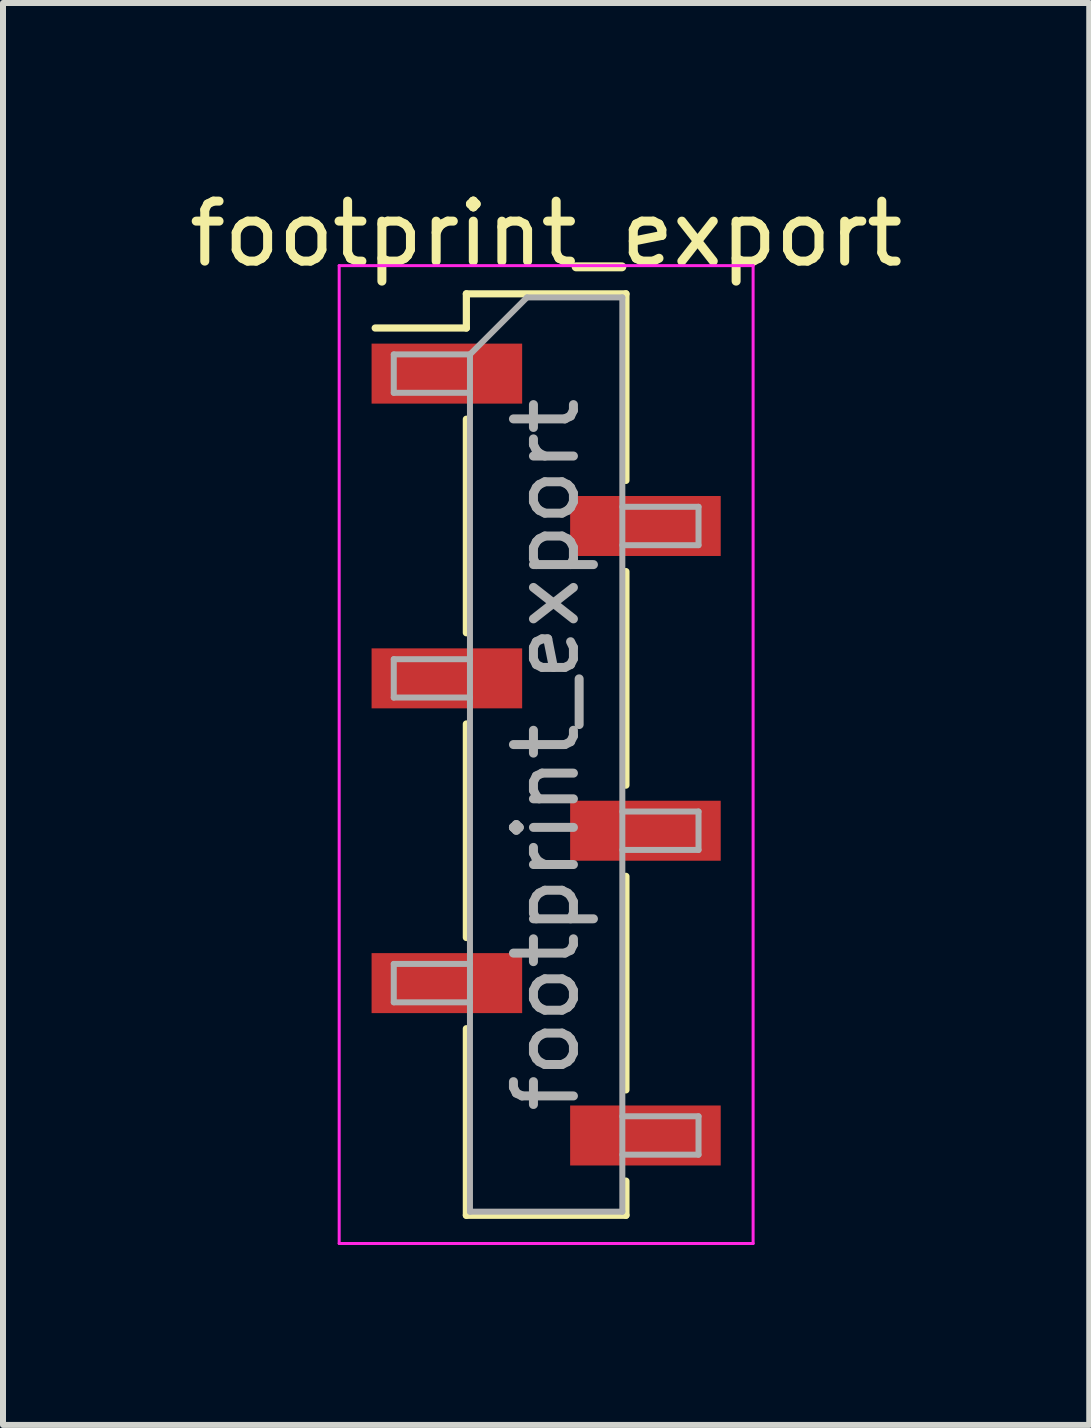
<source format=kicad_pcb>
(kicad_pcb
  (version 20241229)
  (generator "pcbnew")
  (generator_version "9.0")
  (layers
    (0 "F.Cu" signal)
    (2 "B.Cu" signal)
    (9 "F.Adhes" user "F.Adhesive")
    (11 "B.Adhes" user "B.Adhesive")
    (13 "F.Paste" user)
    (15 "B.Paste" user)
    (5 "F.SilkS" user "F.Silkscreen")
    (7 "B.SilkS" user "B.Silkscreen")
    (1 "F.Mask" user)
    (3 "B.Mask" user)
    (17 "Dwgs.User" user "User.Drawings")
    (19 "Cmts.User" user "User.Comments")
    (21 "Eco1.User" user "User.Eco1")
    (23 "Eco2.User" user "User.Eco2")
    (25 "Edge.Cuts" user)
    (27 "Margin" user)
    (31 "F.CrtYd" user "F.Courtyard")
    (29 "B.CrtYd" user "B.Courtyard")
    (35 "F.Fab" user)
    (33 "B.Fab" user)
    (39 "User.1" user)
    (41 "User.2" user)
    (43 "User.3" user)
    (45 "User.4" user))
  (footprint "footprint_export"
    (layer "F.Cu")
    (at 6.054 9.528)
    (property "Reference" "footprint_export" (at 0 -8.68 0) (layer "F.SilkS") (effects (font (size 1 1) (thickness 0.15))))
    (attr smd)
    (fp_line (start -1.33 -7.68) (end -1.33 -7.11) (stroke (width 0.12) (type solid)) (layer "F.SilkS"))
    (fp_line (start -1.33 -7.68) (end 1.33 -7.68) (stroke (width 0.12) (type solid)) (layer "F.SilkS"))
    (fp_line (start -1.33 -7.11) (end -2.85 -7.11) (stroke (width 0.12) (type solid)) (layer "F.SilkS"))
    (fp_line (start -1.33 -5.59) (end -1.33 -2.03) (stroke (width 0.12) (type solid)) (layer "F.SilkS"))
    (fp_line (start -1.33 -0.51) (end -1.33 3.05) (stroke (width 0.12) (type solid)) (layer "F.SilkS"))
    (fp_line (start -1.33 4.57) (end -1.33 7.68) (stroke (width 0.12) (type solid)) (layer "F.SilkS"))
    (fp_line (start -1.33 7.68) (end 1.33 7.68) (stroke (width 0.12) (type solid)) (layer "F.SilkS"))
    (fp_line (start 1.33 -7.68) (end 1.33 -4.57) (stroke (width 0.12) (type solid)) (layer "F.SilkS"))
    (fp_line (start 1.33 -3.05) (end 1.33 0.51) (stroke (width 0.12) (type solid)) (layer "F.SilkS"))
    (fp_line (start 1.33 2.03) (end 1.33 5.59) (stroke (width 0.12) (type solid)) (layer "F.SilkS"))
    (fp_line (start 1.33 7.11) (end 1.33 7.68) (stroke (width 0.12) (type solid)) (layer "F.SilkS"))
    (fp_line (start -3.45 -8.15) (end -3.45 8.15) (stroke (width 0.05) (type solid)) (layer "F.CrtYd"))
    (fp_line (start -3.45 8.15) (end 3.45 8.15) (stroke (width 0.05) (type solid)) (layer "F.CrtYd"))
    (fp_line (start 3.45 -8.15) (end -3.45 -8.15) (stroke (width 0.05) (type solid)) (layer "F.CrtYd"))
    (fp_line (start 3.45 8.15) (end 3.45 -8.15) (stroke (width 0.05) (type solid)) (layer "F.CrtYd"))
    (fp_line (start -2.54 -6.67) (end -2.54 -6.03) (stroke (width 0.1) (type solid)) (layer "F.Fab"))
    (fp_line (start -2.54 -6.03) (end -1.27 -6.03) (stroke (width 0.1) (type solid)) (layer "F.Fab"))
    (fp_line (start -2.54 -1.59) (end -2.54 -0.95) (stroke (width 0.1) (type solid)) (layer "F.Fab"))
    (fp_line (start -2.54 -0.95) (end -1.27 -0.95) (stroke (width 0.1) (type solid)) (layer "F.Fab"))
    (fp_line (start -2.54 3.49) (end -2.54 4.13) (stroke (width 0.1) (type solid)) (layer "F.Fab"))
    (fp_line (start -2.54 4.13) (end -1.27 4.13) (stroke (width 0.1) (type solid)) (layer "F.Fab"))
    (fp_line (start -1.27 -6.67) (end -2.54 -6.67) (stroke (width 0.1) (type solid)) (layer "F.Fab"))
    (fp_line (start -1.27 -6.67) (end -0.32 -7.62) (stroke (width 0.1) (type solid)) (layer "F.Fab"))
    (fp_line (start -1.27 -1.59) (end -2.54 -1.59) (stroke (width 0.1) (type solid)) (layer "F.Fab"))
    (fp_line (start -1.27 3.49) (end -2.54 3.49) (stroke (width 0.1) (type solid)) (layer "F.Fab"))
    (fp_line (start -1.27 7.62) (end -1.27 -6.67) (stroke (width 0.1) (type solid)) (layer "F.Fab"))
    (fp_line (start -0.32 -7.62) (end 1.27 -7.62) (stroke (width 0.1) (type solid)) (layer "F.Fab"))
    (fp_line (start 1.27 -7.62) (end 1.27 7.62) (stroke (width 0.1) (type solid)) (layer "F.Fab"))
    (fp_line (start 1.27 -4.13) (end 2.54 -4.13) (stroke (width 0.1) (type solid)) (layer "F.Fab"))
    (fp_line (start 1.27 0.95) (end 2.54 0.95) (stroke (width 0.1) (type solid)) (layer "F.Fab"))
    (fp_line (start 1.27 6.03) (end 2.54 6.03) (stroke (width 0.1) (type solid)) (layer "F.Fab"))
    (fp_line (start 1.27 7.62) (end -1.27 7.62) (stroke (width 0.1) (type solid)) (layer "F.Fab"))
    (fp_line (start 2.54 -4.13) (end 2.54 -3.49) (stroke (width 0.1) (type solid)) (layer "F.Fab"))
    (fp_line (start 2.54 -3.49) (end 1.27 -3.49) (stroke (width 0.1) (type solid)) (layer "F.Fab"))
    (fp_line (start 2.54 0.95) (end 2.54 1.59) (stroke (width 0.1) (type solid)) (layer "F.Fab"))
    (fp_line (start 2.54 1.59) (end 1.27 1.59) (stroke (width 0.1) (type solid)) (layer "F.Fab"))
    (fp_line (start 2.54 6.03) (end 2.54 6.67) (stroke (width 0.1) (type solid)) (layer "F.Fab"))
    (fp_line (start 2.54 6.67) (end 1.27 6.67) (stroke (width 0.1) (type solid)) (layer "F.Fab"))
    (fp_text user "${REFERENCE}" (at 0 0 90) (layer "F.Fab") (effects (font (size 1 1) (thickness 0.15))))
    (pad "1" smd rect (at -1.655 -6.35) (size 2.51 1) (layers "F.Cu" "F.Mask" "F.Paste"))
    (pad "2" smd rect (at 1.655 -3.81) (size 2.51 1) (layers "F.Cu" "F.Mask" "F.Paste"))
    (pad "3" smd rect (at -1.655 -1.27) (size 2.51 1) (layers "F.Cu" "F.Mask" "F.Paste"))
    (pad "4" smd rect (at 1.655 1.27) (size 2.51 1) (layers "F.Cu" "F.Mask" "F.Paste"))
    (pad "5" smd rect (at -1.655 3.81) (size 2.51 1) (layers "F.Cu" "F.Mask" "F.Paste"))
    (pad "6" smd rect (at 1.655 6.35) (size 2.51 1) (layers "F.Cu" "F.Mask" "F.Paste")))
  (gr_rect
    (start -3 -3)
    (end 15.107 20.703)
    (stroke (width 0.1) (type default))
    (fill no)
    (layer "Edge.Cuts")))
</source>
